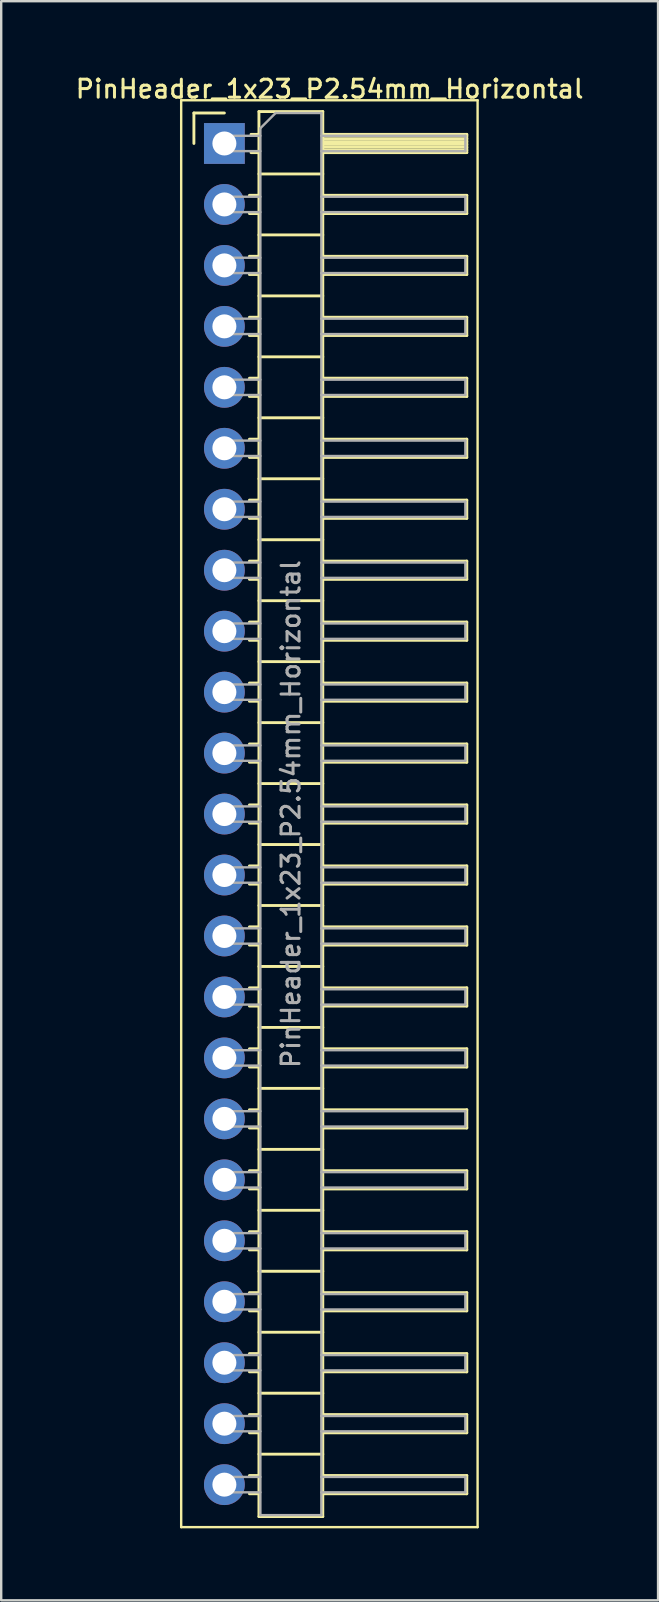
<source format=kicad_pcb>
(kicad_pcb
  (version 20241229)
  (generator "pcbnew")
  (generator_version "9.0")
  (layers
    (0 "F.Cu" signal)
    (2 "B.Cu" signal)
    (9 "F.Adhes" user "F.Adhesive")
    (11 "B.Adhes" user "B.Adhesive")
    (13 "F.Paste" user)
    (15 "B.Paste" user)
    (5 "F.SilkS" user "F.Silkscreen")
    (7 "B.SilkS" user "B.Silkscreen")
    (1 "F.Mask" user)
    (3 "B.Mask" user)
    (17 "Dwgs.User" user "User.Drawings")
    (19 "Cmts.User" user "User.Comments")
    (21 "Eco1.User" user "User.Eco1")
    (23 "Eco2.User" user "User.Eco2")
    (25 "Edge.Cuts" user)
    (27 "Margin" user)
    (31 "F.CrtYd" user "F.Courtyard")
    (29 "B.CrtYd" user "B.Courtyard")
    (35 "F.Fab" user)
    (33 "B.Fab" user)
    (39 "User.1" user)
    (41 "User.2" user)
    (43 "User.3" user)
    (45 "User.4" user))
  (footprint "PinHeader_1x23_P2.54mm_Horizontal"
    (layer "F.Cu")
    (at 6.299 2.928)
    (property "Reference" "PinHeader_1x23_P2.54mm_Horizontal" (at 4.385 -2.27 0) (layer "F.SilkS") (effects (font (size 0.75 0.75) (thickness 0.125))))
    (attr through_hole)
    (fp_line (start -1.8 -1.8) (end -1.8 57.65) (stroke (width 0.1) (type solid)) (layer "F.SilkS"))
    (fp_line (start -1.8 57.65) (end 10.55 57.65) (stroke (width 0.1) (type solid)) (layer "F.SilkS"))
    (fp_line (start -1.27 -1.27) (end 0 -1.27) (stroke (width 0.12) (type solid)) (layer "F.SilkS"))
    (fp_line (start -1.27 0) (end -1.27 -1.27) (stroke (width 0.12) (type solid)) (layer "F.SilkS"))
    (fp_line (start 1.043 2.16) (end 1.44 2.16) (stroke (width 0.12) (type solid)) (layer "F.SilkS"))
    (fp_line (start 1.043 2.92) (end 1.44 2.92) (stroke (width 0.12) (type solid)) (layer "F.SilkS"))
    (fp_line (start 1.043 4.7) (end 1.44 4.7) (stroke (width 0.12) (type solid)) (layer "F.SilkS"))
    (fp_line (start 1.043 5.46) (end 1.44 5.46) (stroke (width 0.12) (type solid)) (layer "F.SilkS"))
    (fp_line (start 1.043 7.24) (end 1.44 7.24) (stroke (width 0.12) (type solid)) (layer "F.SilkS"))
    (fp_line (start 1.043 8) (end 1.44 8) (stroke (width 0.12) (type solid)) (layer "F.SilkS"))
    (fp_line (start 1.043 9.78) (end 1.44 9.78) (stroke (width 0.12) (type solid)) (layer "F.SilkS"))
    (fp_line (start 1.043 10.54) (end 1.44 10.54) (stroke (width 0.12) (type solid)) (layer "F.SilkS"))
    (fp_line (start 1.043 12.32) (end 1.44 12.32) (stroke (width 0.12) (type solid)) (layer "F.SilkS"))
    (fp_line (start 1.043 13.08) (end 1.44 13.08) (stroke (width 0.12) (type solid)) (layer "F.SilkS"))
    (fp_line (start 1.043 14.86) (end 1.44 14.86) (stroke (width 0.12) (type solid)) (layer "F.SilkS"))
    (fp_line (start 1.043 15.62) (end 1.44 15.62) (stroke (width 0.12) (type solid)) (layer "F.SilkS"))
    (fp_line (start 1.043 17.4) (end 1.44 17.4) (stroke (width 0.12) (type solid)) (layer "F.SilkS"))
    (fp_line (start 1.043 18.16) (end 1.44 18.16) (stroke (width 0.12) (type solid)) (layer "F.SilkS"))
    (fp_line (start 1.043 19.94) (end 1.44 19.94) (stroke (width 0.12) (type solid)) (layer "F.SilkS"))
    (fp_line (start 1.043 20.7) (end 1.44 20.7) (stroke (width 0.12) (type solid)) (layer "F.SilkS"))
    (fp_line (start 1.043 22.48) (end 1.44 22.48) (stroke (width 0.12) (type solid)) (layer "F.SilkS"))
    (fp_line (start 1.043 23.24) (end 1.44 23.24) (stroke (width 0.12) (type solid)) (layer "F.SilkS"))
    (fp_line (start 1.043 25.02) (end 1.44 25.02) (stroke (width 0.12) (type solid)) (layer "F.SilkS"))
    (fp_line (start 1.043 25.78) (end 1.44 25.78) (stroke (width 0.12) (type solid)) (layer "F.SilkS"))
    (fp_line (start 1.043 27.56) (end 1.44 27.56) (stroke (width 0.12) (type solid)) (layer "F.SilkS"))
    (fp_line (start 1.043 28.32) (end 1.44 28.32) (stroke (width 0.12) (type solid)) (layer "F.SilkS"))
    (fp_line (start 1.043 30.1) (end 1.44 30.1) (stroke (width 0.12) (type solid)) (layer "F.SilkS"))
    (fp_line (start 1.043 30.86) (end 1.44 30.86) (stroke (width 0.12) (type solid)) (layer "F.SilkS"))
    (fp_line (start 1.043 32.64) (end 1.44 32.64) (stroke (width 0.12) (type solid)) (layer "F.SilkS"))
    (fp_line (start 1.043 33.4) (end 1.44 33.4) (stroke (width 0.12) (type solid)) (layer "F.SilkS"))
    (fp_line (start 1.043 35.18) (end 1.44 35.18) (stroke (width 0.12) (type solid)) (layer "F.SilkS"))
    (fp_line (start 1.043 35.94) (end 1.44 35.94) (stroke (width 0.12) (type solid)) (layer "F.SilkS"))
    (fp_line (start 1.043 37.72) (end 1.44 37.72) (stroke (width 0.12) (type solid)) (layer "F.SilkS"))
    (fp_line (start 1.043 38.48) (end 1.44 38.48) (stroke (width 0.12) (type solid)) (layer "F.SilkS"))
    (fp_line (start 1.043 40.26) (end 1.44 40.26) (stroke (width 0.12) (type solid)) (layer "F.SilkS"))
    (fp_line (start 1.043 41.02) (end 1.44 41.02) (stroke (width 0.12) (type solid)) (layer "F.SilkS"))
    (fp_line (start 1.043 42.8) (end 1.44 42.8) (stroke (width 0.12) (type solid)) (layer "F.SilkS"))
    (fp_line (start 1.043 43.56) (end 1.44 43.56) (stroke (width 0.12) (type solid)) (layer "F.SilkS"))
    (fp_line (start 1.043 45.34) (end 1.44 45.34) (stroke (width 0.12) (type solid)) (layer "F.SilkS"))
    (fp_line (start 1.043 46.1) (end 1.44 46.1) (stroke (width 0.12) (type solid)) (layer "F.SilkS"))
    (fp_line (start 1.043 47.88) (end 1.44 47.88) (stroke (width 0.12) (type solid)) (layer "F.SilkS"))
    (fp_line (start 1.043 48.64) (end 1.44 48.64) (stroke (width 0.12) (type solid)) (layer "F.SilkS"))
    (fp_line (start 1.043 50.42) (end 1.44 50.42) (stroke (width 0.12) (type solid)) (layer "F.SilkS"))
    (fp_line (start 1.043 51.18) (end 1.44 51.18) (stroke (width 0.12) (type solid)) (layer "F.SilkS"))
    (fp_line (start 1.043 52.96) (end 1.44 52.96) (stroke (width 0.12) (type solid)) (layer "F.SilkS"))
    (fp_line (start 1.043 53.72) (end 1.44 53.72) (stroke (width 0.12) (type solid)) (layer "F.SilkS"))
    (fp_line (start 1.043 55.5) (end 1.44 55.5) (stroke (width 0.12) (type solid)) (layer "F.SilkS"))
    (fp_line (start 1.043 56.26) (end 1.44 56.26) (stroke (width 0.12) (type solid)) (layer "F.SilkS"))
    (fp_line (start 1.11 -0.38) (end 1.44 -0.38) (stroke (width 0.12) (type solid)) (layer "F.SilkS"))
    (fp_line (start 1.11 0.38) (end 1.44 0.38) (stroke (width 0.12) (type solid)) (layer "F.SilkS"))
    (fp_line (start 1.44 -1.33) (end 1.44 57.21) (stroke (width 0.12) (type solid)) (layer "F.SilkS"))
    (fp_line (start 1.44 1.27) (end 4.1 1.27) (stroke (width 0.12) (type solid)) (layer "F.SilkS"))
    (fp_line (start 1.44 3.81) (end 4.1 3.81) (stroke (width 0.12) (type solid)) (layer "F.SilkS"))
    (fp_line (start 1.44 6.35) (end 4.1 6.35) (stroke (width 0.12) (type solid)) (layer "F.SilkS"))
    (fp_line (start 1.44 8.89) (end 4.1 8.89) (stroke (width 0.12) (type solid)) (layer "F.SilkS"))
    (fp_line (start 1.44 11.43) (end 4.1 11.43) (stroke (width 0.12) (type solid)) (layer "F.SilkS"))
    (fp_line (start 1.44 13.97) (end 4.1 13.97) (stroke (width 0.12) (type solid)) (layer "F.SilkS"))
    (fp_line (start 1.44 16.51) (end 4.1 16.51) (stroke (width 0.12) (type solid)) (layer "F.SilkS"))
    (fp_line (start 1.44 19.05) (end 4.1 19.05) (stroke (width 0.12) (type solid)) (layer "F.SilkS"))
    (fp_line (start 1.44 21.59) (end 4.1 21.59) (stroke (width 0.12) (type solid)) (layer "F.SilkS"))
    (fp_line (start 1.44 24.13) (end 4.1 24.13) (stroke (width 0.12) (type solid)) (layer "F.SilkS"))
    (fp_line (start 1.44 26.67) (end 4.1 26.67) (stroke (width 0.12) (type solid)) (layer "F.SilkS"))
    (fp_line (start 1.44 29.21) (end 4.1 29.21) (stroke (width 0.12) (type solid)) (layer "F.SilkS"))
    (fp_line (start 1.44 31.75) (end 4.1 31.75) (stroke (width 0.12) (type solid)) (layer "F.SilkS"))
    (fp_line (start 1.44 34.29) (end 4.1 34.29) (stroke (width 0.12) (type solid)) (layer "F.SilkS"))
    (fp_line (start 1.44 36.83) (end 4.1 36.83) (stroke (width 0.12) (type solid)) (layer "F.SilkS"))
    (fp_line (start 1.44 39.37) (end 4.1 39.37) (stroke (width 0.12) (type solid)) (layer "F.SilkS"))
    (fp_line (start 1.44 41.91) (end 4.1 41.91) (stroke (width 0.12) (type solid)) (layer "F.SilkS"))
    (fp_line (start 1.44 44.45) (end 4.1 44.45) (stroke (width 0.12) (type solid)) (layer "F.SilkS"))
    (fp_line (start 1.44 46.99) (end 4.1 46.99) (stroke (width 0.12) (type solid)) (layer "F.SilkS"))
    (fp_line (start 1.44 49.53) (end 4.1 49.53) (stroke (width 0.12) (type solid)) (layer "F.SilkS"))
    (fp_line (start 1.44 52.07) (end 4.1 52.07) (stroke (width 0.12) (type solid)) (layer "F.SilkS"))
    (fp_line (start 1.44 54.61) (end 4.1 54.61) (stroke (width 0.12) (type solid)) (layer "F.SilkS"))
    (fp_line (start 1.44 57.21) (end 4.1 57.21) (stroke (width 0.12) (type solid)) (layer "F.SilkS"))
    (fp_line (start 4.1 -1.33) (end 1.44 -1.33) (stroke (width 0.12) (type solid)) (layer "F.SilkS"))
    (fp_line (start 4.1 -0.38) (end 10.1 -0.38) (stroke (width 0.12) (type solid)) (layer "F.SilkS"))
    (fp_line (start 4.1 -0.32) (end 10.1 -0.32) (stroke (width 0.12) (type solid)) (layer "F.SilkS"))
    (fp_line (start 4.1 -0.2) (end 10.1 -0.2) (stroke (width 0.12) (type solid)) (layer "F.SilkS"))
    (fp_line (start 4.1 -0.08) (end 10.1 -0.08) (stroke (width 0.12) (type solid)) (layer "F.SilkS"))
    (fp_line (start 4.1 0.04) (end 10.1 0.04) (stroke (width 0.12) (type solid)) (layer "F.SilkS"))
    (fp_line (start 4.1 0.16) (end 10.1 0.16) (stroke (width 0.12) (type solid)) (layer "F.SilkS"))
    (fp_line (start 4.1 0.28) (end 10.1 0.28) (stroke (width 0.12) (type solid)) (layer "F.SilkS"))
    (fp_line (start 4.1 2.16) (end 10.1 2.16) (stroke (width 0.12) (type solid)) (layer "F.SilkS"))
    (fp_line (start 4.1 4.7) (end 10.1 4.7) (stroke (width 0.12) (type solid)) (layer "F.SilkS"))
    (fp_line (start 4.1 7.24) (end 10.1 7.24) (stroke (width 0.12) (type solid)) (layer "F.SilkS"))
    (fp_line (start 4.1 9.78) (end 10.1 9.78) (stroke (width 0.12) (type solid)) (layer "F.SilkS"))
    (fp_line (start 4.1 12.32) (end 10.1 12.32) (stroke (width 0.12) (type solid)) (layer "F.SilkS"))
    (fp_line (start 4.1 14.86) (end 10.1 14.86) (stroke (width 0.12) (type solid)) (layer "F.SilkS"))
    (fp_line (start 4.1 17.4) (end 10.1 17.4) (stroke (width 0.12) (type solid)) (layer "F.SilkS"))
    (fp_line (start 4.1 19.94) (end 10.1 19.94) (stroke (width 0.12) (type solid)) (layer "F.SilkS"))
    (fp_line (start 4.1 22.48) (end 10.1 22.48) (stroke (width 0.12) (type solid)) (layer "F.SilkS"))
    (fp_line (start 4.1 25.02) (end 10.1 25.02) (stroke (width 0.12) (type solid)) (layer "F.SilkS"))
    (fp_line (start 4.1 27.56) (end 10.1 27.56) (stroke (width 0.12) (type solid)) (layer "F.SilkS"))
    (fp_line (start 4.1 30.1) (end 10.1 30.1) (stroke (width 0.12) (type solid)) (layer "F.SilkS"))
    (fp_line (start 4.1 32.64) (end 10.1 32.64) (stroke (width 0.12) (type solid)) (layer "F.SilkS"))
    (fp_line (start 4.1 35.18) (end 10.1 35.18) (stroke (width 0.12) (type solid)) (layer "F.SilkS"))
    (fp_line (start 4.1 37.72) (end 10.1 37.72) (stroke (width 0.12) (type solid)) (layer "F.SilkS"))
    (fp_line (start 4.1 40.26) (end 10.1 40.26) (stroke (width 0.12) (type solid)) (layer "F.SilkS"))
    (fp_line (start 4.1 42.8) (end 10.1 42.8) (stroke (width 0.12) (type solid)) (layer "F.SilkS"))
    (fp_line (start 4.1 45.34) (end 10.1 45.34) (stroke (width 0.12) (type solid)) (layer "F.SilkS"))
    (fp_line (start 4.1 47.88) (end 10.1 47.88) (stroke (width 0.12) (type solid)) (layer "F.SilkS"))
    (fp_line (start 4.1 50.42) (end 10.1 50.42) (stroke (width 0.12) (type solid)) (layer "F.SilkS"))
    (fp_line (start 4.1 52.96) (end 10.1 52.96) (stroke (width 0.12) (type solid)) (layer "F.SilkS"))
    (fp_line (start 4.1 55.5) (end 10.1 55.5) (stroke (width 0.12) (type solid)) (layer "F.SilkS"))
    (fp_line (start 4.1 57.21) (end 4.1 -1.33) (stroke (width 0.12) (type solid)) (layer "F.SilkS"))
    (fp_line (start 10.1 -0.38) (end 10.1 0.38) (stroke (width 0.12) (type solid)) (layer "F.SilkS"))
    (fp_line (start 10.1 0.38) (end 4.1 0.38) (stroke (width 0.12) (type solid)) (layer "F.SilkS"))
    (fp_line (start 10.1 2.16) (end 10.1 2.92) (stroke (width 0.12) (type solid)) (layer "F.SilkS"))
    (fp_line (start 10.1 2.92) (end 4.1 2.92) (stroke (width 0.12) (type solid)) (layer "F.SilkS"))
    (fp_line (start 10.1 4.7) (end 10.1 5.46) (stroke (width 0.12) (type solid)) (layer "F.SilkS"))
    (fp_line (start 10.1 5.46) (end 4.1 5.46) (stroke (width 0.12) (type solid)) (layer "F.SilkS"))
    (fp_line (start 10.1 7.24) (end 10.1 8) (stroke (width 0.12) (type solid)) (layer "F.SilkS"))
    (fp_line (start 10.1 8) (end 4.1 8) (stroke (width 0.12) (type solid)) (layer "F.SilkS"))
    (fp_line (start 10.1 9.78) (end 10.1 10.54) (stroke (width 0.12) (type solid)) (layer "F.SilkS"))
    (fp_line (start 10.1 10.54) (end 4.1 10.54) (stroke (width 0.12) (type solid)) (layer "F.SilkS"))
    (fp_line (start 10.1 12.32) (end 10.1 13.08) (stroke (width 0.12) (type solid)) (layer "F.SilkS"))
    (fp_line (start 10.1 13.08) (end 4.1 13.08) (stroke (width 0.12) (type solid)) (layer "F.SilkS"))
    (fp_line (start 10.1 14.86) (end 10.1 15.62) (stroke (width 0.12) (type solid)) (layer "F.SilkS"))
    (fp_line (start 10.1 15.62) (end 4.1 15.62) (stroke (width 0.12) (type solid)) (layer "F.SilkS"))
    (fp_line (start 10.1 17.4) (end 10.1 18.16) (stroke (width 0.12) (type solid)) (layer "F.SilkS"))
    (fp_line (start 10.1 18.16) (end 4.1 18.16) (stroke (width 0.12) (type solid)) (layer "F.SilkS"))
    (fp_line (start 10.1 19.94) (end 10.1 20.7) (stroke (width 0.12) (type solid)) (layer "F.SilkS"))
    (fp_line (start 10.1 20.7) (end 4.1 20.7) (stroke (width 0.12) (type solid)) (layer "F.SilkS"))
    (fp_line (start 10.1 22.48) (end 10.1 23.24) (stroke (width 0.12) (type solid)) (layer "F.SilkS"))
    (fp_line (start 10.1 23.24) (end 4.1 23.24) (stroke (width 0.12) (type solid)) (layer "F.SilkS"))
    (fp_line (start 10.1 25.02) (end 10.1 25.78) (stroke (width 0.12) (type solid)) (layer "F.SilkS"))
    (fp_line (start 10.1 25.78) (end 4.1 25.78) (stroke (width 0.12) (type solid)) (layer "F.SilkS"))
    (fp_line (start 10.1 27.56) (end 10.1 28.32) (stroke (width 0.12) (type solid)) (layer "F.SilkS"))
    (fp_line (start 10.1 28.32) (end 4.1 28.32) (stroke (width 0.12) (type solid)) (layer "F.SilkS"))
    (fp_line (start 10.1 30.1) (end 10.1 30.86) (stroke (width 0.12) (type solid)) (layer "F.SilkS"))
    (fp_line (start 10.1 30.86) (end 4.1 30.86) (stroke (width 0.12) (type solid)) (layer "F.SilkS"))
    (fp_line (start 10.1 32.64) (end 10.1 33.4) (stroke (width 0.12) (type solid)) (layer "F.SilkS"))
    (fp_line (start 10.1 33.4) (end 4.1 33.4) (stroke (width 0.12) (type solid)) (layer "F.SilkS"))
    (fp_line (start 10.1 35.18) (end 10.1 35.94) (stroke (width 0.12) (type solid)) (layer "F.SilkS"))
    (fp_line (start 10.1 35.94) (end 4.1 35.94) (stroke (width 0.12) (type solid)) (layer "F.SilkS"))
    (fp_line (start 10.1 37.72) (end 10.1 38.48) (stroke (width 0.12) (type solid)) (layer "F.SilkS"))
    (fp_line (start 10.1 38.48) (end 4.1 38.48) (stroke (width 0.12) (type solid)) (layer "F.SilkS"))
    (fp_line (start 10.1 40.26) (end 10.1 41.02) (stroke (width 0.12) (type solid)) (layer "F.SilkS"))
    (fp_line (start 10.1 41.02) (end 4.1 41.02) (stroke (width 0.12) (type solid)) (layer "F.SilkS"))
    (fp_line (start 10.1 42.8) (end 10.1 43.56) (stroke (width 0.12) (type solid)) (layer "F.SilkS"))
    (fp_line (start 10.1 43.56) (end 4.1 43.56) (stroke (width 0.12) (type solid)) (layer "F.SilkS"))
    (fp_line (start 10.1 45.34) (end 10.1 46.1) (stroke (width 0.12) (type solid)) (layer "F.SilkS"))
    (fp_line (start 10.1 46.1) (end 4.1 46.1) (stroke (width 0.12) (type solid)) (layer "F.SilkS"))
    (fp_line (start 10.1 47.88) (end 10.1 48.64) (stroke (width 0.12) (type solid)) (layer "F.SilkS"))
    (fp_line (start 10.1 48.64) (end 4.1 48.64) (stroke (width 0.12) (type solid)) (layer "F.SilkS"))
    (fp_line (start 10.1 50.42) (end 10.1 51.18) (stroke (width 0.12) (type solid)) (layer "F.SilkS"))
    (fp_line (start 10.1 51.18) (end 4.1 51.18) (stroke (width 0.12) (type solid)) (layer "F.SilkS"))
    (fp_line (start 10.1 52.96) (end 10.1 53.72) (stroke (width 0.12) (type solid)) (layer "F.SilkS"))
    (fp_line (start 10.1 53.72) (end 4.1 53.72) (stroke (width 0.12) (type solid)) (layer "F.SilkS"))
    (fp_line (start 10.1 55.5) (end 10.1 56.26) (stroke (width 0.12) (type solid)) (layer "F.SilkS"))
    (fp_line (start 10.1 56.26) (end 4.1 56.26) (stroke (width 0.12) (type solid)) (layer "F.SilkS"))
    (fp_line (start 10.55 -1.8) (end -1.8 -1.8) (stroke (width 0.1) (type solid)) (layer "F.SilkS"))
    (fp_line (start 10.55 57.65) (end 10.55 -1.8) (stroke (width 0.1) (type solid)) (layer "F.SilkS"))
    (fp_line (start -0.32 -0.32) (end -0.32 0.32) (stroke (width 0.1) (type solid)) (layer "F.Fab"))
    (fp_line (start -0.32 -0.32) (end 1.5 -0.32) (stroke (width 0.1) (type solid)) (layer "F.Fab"))
    (fp_line (start -0.32 0.32) (end 1.5 0.32) (stroke (width 0.1) (type solid)) (layer "F.Fab"))
    (fp_line (start -0.32 2.22) (end -0.32 2.86) (stroke (width 0.1) (type solid)) (layer "F.Fab"))
    (fp_line (start -0.32 2.22) (end 1.5 2.22) (stroke (width 0.1) (type solid)) (layer "F.Fab"))
    (fp_line (start -0.32 2.86) (end 1.5 2.86) (stroke (width 0.1) (type solid)) (layer "F.Fab"))
    (fp_line (start -0.32 4.76) (end -0.32 5.4) (stroke (width 0.1) (type solid)) (layer "F.Fab"))
    (fp_line (start -0.32 4.76) (end 1.5 4.76) (stroke (width 0.1) (type solid)) (layer "F.Fab"))
    (fp_line (start -0.32 5.4) (end 1.5 5.4) (stroke (width 0.1) (type solid)) (layer "F.Fab"))
    (fp_line (start -0.32 7.3) (end -0.32 7.94) (stroke (width 0.1) (type solid)) (layer "F.Fab"))
    (fp_line (start -0.32 7.3) (end 1.5 7.3) (stroke (width 0.1) (type solid)) (layer "F.Fab"))
    (fp_line (start -0.32 7.94) (end 1.5 7.94) (stroke (width 0.1) (type solid)) (layer "F.Fab"))
    (fp_line (start -0.32 9.84) (end -0.32 10.48) (stroke (width 0.1) (type solid)) (layer "F.Fab"))
    (fp_line (start -0.32 9.84) (end 1.5 9.84) (stroke (width 0.1) (type solid)) (layer "F.Fab"))
    (fp_line (start -0.32 10.48) (end 1.5 10.48) (stroke (width 0.1) (type solid)) (layer "F.Fab"))
    (fp_line (start -0.32 12.38) (end -0.32 13.02) (stroke (width 0.1) (type solid)) (layer "F.Fab"))
    (fp_line (start -0.32 12.38) (end 1.5 12.38) (stroke (width 0.1) (type solid)) (layer "F.Fab"))
    (fp_line (start -0.32 13.02) (end 1.5 13.02) (stroke (width 0.1) (type solid)) (layer "F.Fab"))
    (fp_line (start -0.32 14.92) (end -0.32 15.56) (stroke (width 0.1) (type solid)) (layer "F.Fab"))
    (fp_line (start -0.32 14.92) (end 1.5 14.92) (stroke (width 0.1) (type solid)) (layer "F.Fab"))
    (fp_line (start -0.32 15.56) (end 1.5 15.56) (stroke (width 0.1) (type solid)) (layer "F.Fab"))
    (fp_line (start -0.32 17.46) (end -0.32 18.1) (stroke (width 0.1) (type solid)) (layer "F.Fab"))
    (fp_line (start -0.32 17.46) (end 1.5 17.46) (stroke (width 0.1) (type solid)) (layer "F.Fab"))
    (fp_line (start -0.32 18.1) (end 1.5 18.1) (stroke (width 0.1) (type solid)) (layer "F.Fab"))
    (fp_line (start -0.32 20) (end -0.32 20.64) (stroke (width 0.1) (type solid)) (layer "F.Fab"))
    (fp_line (start -0.32 20) (end 1.5 20) (stroke (width 0.1) (type solid)) (layer "F.Fab"))
    (fp_line (start -0.32 20.64) (end 1.5 20.64) (stroke (width 0.1) (type solid)) (layer "F.Fab"))
    (fp_line (start -0.32 22.54) (end -0.32 23.18) (stroke (width 0.1) (type solid)) (layer "F.Fab"))
    (fp_line (start -0.32 22.54) (end 1.5 22.54) (stroke (width 0.1) (type solid)) (layer "F.Fab"))
    (fp_line (start -0.32 23.18) (end 1.5 23.18) (stroke (width 0.1) (type solid)) (layer "F.Fab"))
    (fp_line (start -0.32 25.08) (end -0.32 25.72) (stroke (width 0.1) (type solid)) (layer "F.Fab"))
    (fp_line (start -0.32 25.08) (end 1.5 25.08) (stroke (width 0.1) (type solid)) (layer "F.Fab"))
    (fp_line (start -0.32 25.72) (end 1.5 25.72) (stroke (width 0.1) (type solid)) (layer "F.Fab"))
    (fp_line (start -0.32 27.62) (end -0.32 28.26) (stroke (width 0.1) (type solid)) (layer "F.Fab"))
    (fp_line (start -0.32 27.62) (end 1.5 27.62) (stroke (width 0.1) (type solid)) (layer "F.Fab"))
    (fp_line (start -0.32 28.26) (end 1.5 28.26) (stroke (width 0.1) (type solid)) (layer "F.Fab"))
    (fp_line (start -0.32 30.16) (end -0.32 30.8) (stroke (width 0.1) (type solid)) (layer "F.Fab"))
    (fp_line (start -0.32 30.16) (end 1.5 30.16) (stroke (width 0.1) (type solid)) (layer "F.Fab"))
    (fp_line (start -0.32 30.8) (end 1.5 30.8) (stroke (width 0.1) (type solid)) (layer "F.Fab"))
    (fp_line (start -0.32 32.7) (end -0.32 33.34) (stroke (width 0.1) (type solid)) (layer "F.Fab"))
    (fp_line (start -0.32 32.7) (end 1.5 32.7) (stroke (width 0.1) (type solid)) (layer "F.Fab"))
    (fp_line (start -0.32 33.34) (end 1.5 33.34) (stroke (width 0.1) (type solid)) (layer "F.Fab"))
    (fp_line (start -0.32 35.24) (end -0.32 35.88) (stroke (width 0.1) (type solid)) (layer "F.Fab"))
    (fp_line (start -0.32 35.24) (end 1.5 35.24) (stroke (width 0.1) (type solid)) (layer "F.Fab"))
    (fp_line (start -0.32 35.88) (end 1.5 35.88) (stroke (width 0.1) (type solid)) (layer "F.Fab"))
    (fp_line (start -0.32 37.78) (end -0.32 38.42) (stroke (width 0.1) (type solid)) (layer "F.Fab"))
    (fp_line (start -0.32 37.78) (end 1.5 37.78) (stroke (width 0.1) (type solid)) (layer "F.Fab"))
    (fp_line (start -0.32 38.42) (end 1.5 38.42) (stroke (width 0.1) (type solid)) (layer "F.Fab"))
    (fp_line (start -0.32 40.32) (end -0.32 40.96) (stroke (width 0.1) (type solid)) (layer "F.Fab"))
    (fp_line (start -0.32 40.32) (end 1.5 40.32) (stroke (width 0.1) (type solid)) (layer "F.Fab"))
    (fp_line (start -0.32 40.96) (end 1.5 40.96) (stroke (width 0.1) (type solid)) (layer "F.Fab"))
    (fp_line (start -0.32 42.86) (end -0.32 43.5) (stroke (width 0.1) (type solid)) (layer "F.Fab"))
    (fp_line (start -0.32 42.86) (end 1.5 42.86) (stroke (width 0.1) (type solid)) (layer "F.Fab"))
    (fp_line (start -0.32 43.5) (end 1.5 43.5) (stroke (width 0.1) (type solid)) (layer "F.Fab"))
    (fp_line (start -0.32 45.4) (end -0.32 46.04) (stroke (width 0.1) (type solid)) (layer "F.Fab"))
    (fp_line (start -0.32 45.4) (end 1.5 45.4) (stroke (width 0.1) (type solid)) (layer "F.Fab"))
    (fp_line (start -0.32 46.04) (end 1.5 46.04) (stroke (width 0.1) (type solid)) (layer "F.Fab"))
    (fp_line (start -0.32 47.94) (end -0.32 48.58) (stroke (width 0.1) (type solid)) (layer "F.Fab"))
    (fp_line (start -0.32 47.94) (end 1.5 47.94) (stroke (width 0.1) (type solid)) (layer "F.Fab"))
    (fp_line (start -0.32 48.58) (end 1.5 48.58) (stroke (width 0.1) (type solid)) (layer "F.Fab"))
    (fp_line (start -0.32 50.48) (end -0.32 51.12) (stroke (width 0.1) (type solid)) (layer "F.Fab"))
    (fp_line (start -0.32 50.48) (end 1.5 50.48) (stroke (width 0.1) (type solid)) (layer "F.Fab"))
    (fp_line (start -0.32 51.12) (end 1.5 51.12) (stroke (width 0.1) (type solid)) (layer "F.Fab"))
    (fp_line (start -0.32 53.02) (end -0.32 53.66) (stroke (width 0.1) (type solid)) (layer "F.Fab"))
    (fp_line (start -0.32 53.02) (end 1.5 53.02) (stroke (width 0.1) (type solid)) (layer "F.Fab"))
    (fp_line (start -0.32 53.66) (end 1.5 53.66) (stroke (width 0.1) (type solid)) (layer "F.Fab"))
    (fp_line (start -0.32 55.56) (end -0.32 56.2) (stroke (width 0.1) (type solid)) (layer "F.Fab"))
    (fp_line (start -0.32 55.56) (end 1.5 55.56) (stroke (width 0.1) (type solid)) (layer "F.Fab"))
    (fp_line (start -0.32 56.2) (end 1.5 56.2) (stroke (width 0.1) (type solid)) (layer "F.Fab"))
    (fp_line (start 1.5 -0.635) (end 2.135 -1.27) (stroke (width 0.1) (type solid)) (layer "F.Fab"))
    (fp_line (start 1.5 57.15) (end 1.5 -0.635) (stroke (width 0.1) (type solid)) (layer "F.Fab"))
    (fp_line (start 2.135 -1.27) (end 4.04 -1.27) (stroke (width 0.1) (type solid)) (layer "F.Fab"))
    (fp_line (start 4.04 -1.27) (end 4.04 57.15) (stroke (width 0.1) (type solid)) (layer "F.Fab"))
    (fp_line (start 4.04 -0.32) (end 10.04 -0.32) (stroke (width 0.1) (type solid)) (layer "F.Fab"))
    (fp_line (start 4.04 0.32) (end 10.04 0.32) (stroke (width 0.1) (type solid)) (layer "F.Fab"))
    (fp_line (start 4.04 2.22) (end 10.04 2.22) (stroke (width 0.1) (type solid)) (layer "F.Fab"))
    (fp_line (start 4.04 2.86) (end 10.04 2.86) (stroke (width 0.1) (type solid)) (layer "F.Fab"))
    (fp_line (start 4.04 4.76) (end 10.04 4.76) (stroke (width 0.1) (type solid)) (layer "F.Fab"))
    (fp_line (start 4.04 5.4) (end 10.04 5.4) (stroke (width 0.1) (type solid)) (layer "F.Fab"))
    (fp_line (start 4.04 7.3) (end 10.04 7.3) (stroke (width 0.1) (type solid)) (layer "F.Fab"))
    (fp_line (start 4.04 7.94) (end 10.04 7.94) (stroke (width 0.1) (type solid)) (layer "F.Fab"))
    (fp_line (start 4.04 9.84) (end 10.04 9.84) (stroke (width 0.1) (type solid)) (layer "F.Fab"))
    (fp_line (start 4.04 10.48) (end 10.04 10.48) (stroke (width 0.1) (type solid)) (layer "F.Fab"))
    (fp_line (start 4.04 12.38) (end 10.04 12.38) (stroke (width 0.1) (type solid)) (layer "F.Fab"))
    (fp_line (start 4.04 13.02) (end 10.04 13.02) (stroke (width 0.1) (type solid)) (layer "F.Fab"))
    (fp_line (start 4.04 14.92) (end 10.04 14.92) (stroke (width 0.1) (type solid)) (layer "F.Fab"))
    (fp_line (start 4.04 15.56) (end 10.04 15.56) (stroke (width 0.1) (type solid)) (layer "F.Fab"))
    (fp_line (start 4.04 17.46) (end 10.04 17.46) (stroke (width 0.1) (type solid)) (layer "F.Fab"))
    (fp_line (start 4.04 18.1) (end 10.04 18.1) (stroke (width 0.1) (type solid)) (layer "F.Fab"))
    (fp_line (start 4.04 20) (end 10.04 20) (stroke (width 0.1) (type solid)) (layer "F.Fab"))
    (fp_line (start 4.04 20.64) (end 10.04 20.64) (stroke (width 0.1) (type solid)) (layer "F.Fab"))
    (fp_line (start 4.04 22.54) (end 10.04 22.54) (stroke (width 0.1) (type solid)) (layer "F.Fab"))
    (fp_line (start 4.04 23.18) (end 10.04 23.18) (stroke (width 0.1) (type solid)) (layer "F.Fab"))
    (fp_line (start 4.04 25.08) (end 10.04 25.08) (stroke (width 0.1) (type solid)) (layer "F.Fab"))
    (fp_line (start 4.04 25.72) (end 10.04 25.72) (stroke (width 0.1) (type solid)) (layer "F.Fab"))
    (fp_line (start 4.04 27.62) (end 10.04 27.62) (stroke (width 0.1) (type solid)) (layer "F.Fab"))
    (fp_line (start 4.04 28.26) (end 10.04 28.26) (stroke (width 0.1) (type solid)) (layer "F.Fab"))
    (fp_line (start 4.04 30.16) (end 10.04 30.16) (stroke (width 0.1) (type solid)) (layer "F.Fab"))
    (fp_line (start 4.04 30.8) (end 10.04 30.8) (stroke (width 0.1) (type solid)) (layer "F.Fab"))
    (fp_line (start 4.04 32.7) (end 10.04 32.7) (stroke (width 0.1) (type solid)) (layer "F.Fab"))
    (fp_line (start 4.04 33.34) (end 10.04 33.34) (stroke (width 0.1) (type solid)) (layer "F.Fab"))
    (fp_line (start 4.04 35.24) (end 10.04 35.24) (stroke (width 0.1) (type solid)) (layer "F.Fab"))
    (fp_line (start 4.04 35.88) (end 10.04 35.88) (stroke (width 0.1) (type solid)) (layer "F.Fab"))
    (fp_line (start 4.04 37.78) (end 10.04 37.78) (stroke (width 0.1) (type solid)) (layer "F.Fab"))
    (fp_line (start 4.04 38.42) (end 10.04 38.42) (stroke (width 0.1) (type solid)) (layer "F.Fab"))
    (fp_line (start 4.04 40.32) (end 10.04 40.32) (stroke (width 0.1) (type solid)) (layer "F.Fab"))
    (fp_line (start 4.04 40.96) (end 10.04 40.96) (stroke (width 0.1) (type solid)) (layer "F.Fab"))
    (fp_line (start 4.04 42.86) (end 10.04 42.86) (stroke (width 0.1) (type solid)) (layer "F.Fab"))
    (fp_line (start 4.04 43.5) (end 10.04 43.5) (stroke (width 0.1) (type solid)) (layer "F.Fab"))
    (fp_line (start 4.04 45.4) (end 10.04 45.4) (stroke (width 0.1) (type solid)) (layer "F.Fab"))
    (fp_line (start 4.04 46.04) (end 10.04 46.04) (stroke (width 0.1) (type solid)) (layer "F.Fab"))
    (fp_line (start 4.04 47.94) (end 10.04 47.94) (stroke (width 0.1) (type solid)) (layer "F.Fab"))
    (fp_line (start 4.04 48.58) (end 10.04 48.58) (stroke (width 0.1) (type solid)) (layer "F.Fab"))
    (fp_line (start 4.04 50.48) (end 10.04 50.48) (stroke (width 0.1) (type solid)) (layer "F.Fab"))
    (fp_line (start 4.04 51.12) (end 10.04 51.12) (stroke (width 0.1) (type solid)) (layer "F.Fab"))
    (fp_line (start 4.04 53.02) (end 10.04 53.02) (stroke (width 0.1) (type solid)) (layer "F.Fab"))
    (fp_line (start 4.04 53.66) (end 10.04 53.66) (stroke (width 0.1) (type solid)) (layer "F.Fab"))
    (fp_line (start 4.04 55.56) (end 10.04 55.56) (stroke (width 0.1) (type solid)) (layer "F.Fab"))
    (fp_line (start 4.04 56.2) (end 10.04 56.2) (stroke (width 0.1) (type solid)) (layer "F.Fab"))
    (fp_line (start 4.04 57.15) (end 1.5 57.15) (stroke (width 0.1) (type solid)) (layer "F.Fab"))
    (fp_line (start 10.04 -0.32) (end 10.04 0.32) (stroke (width 0.1) (type solid)) (layer "F.Fab"))
    (fp_line (start 10.04 2.22) (end 10.04 2.86) (stroke (width 0.1) (type solid)) (layer "F.Fab"))
    (fp_line (start 10.04 4.76) (end 10.04 5.4) (stroke (width 0.1) (type solid)) (layer "F.Fab"))
    (fp_line (start 10.04 7.3) (end 10.04 7.94) (stroke (width 0.1) (type solid)) (layer "F.Fab"))
    (fp_line (start 10.04 9.84) (end 10.04 10.48) (stroke (width 0.1) (type solid)) (layer "F.Fab"))
    (fp_line (start 10.04 12.38) (end 10.04 13.02) (stroke (width 0.1) (type solid)) (layer "F.Fab"))
    (fp_line (start 10.04 14.92) (end 10.04 15.56) (stroke (width 0.1) (type solid)) (layer "F.Fab"))
    (fp_line (start 10.04 17.46) (end 10.04 18.1) (stroke (width 0.1) (type solid)) (layer "F.Fab"))
    (fp_line (start 10.04 20) (end 10.04 20.64) (stroke (width 0.1) (type solid)) (layer "F.Fab"))
    (fp_line (start 10.04 22.54) (end 10.04 23.18) (stroke (width 0.1) (type solid)) (layer "F.Fab"))
    (fp_line (start 10.04 25.08) (end 10.04 25.72) (stroke (width 0.1) (type solid)) (layer "F.Fab"))
    (fp_line (start 10.04 27.62) (end 10.04 28.26) (stroke (width 0.1) (type solid)) (layer "F.Fab"))
    (fp_line (start 10.04 30.16) (end 10.04 30.8) (stroke (width 0.1) (type solid)) (layer "F.Fab"))
    (fp_line (start 10.04 32.7) (end 10.04 33.34) (stroke (width 0.1) (type solid)) (layer "F.Fab"))
    (fp_line (start 10.04 35.24) (end 10.04 35.88) (stroke (width 0.1) (type solid)) (layer "F.Fab"))
    (fp_line (start 10.04 37.78) (end 10.04 38.42) (stroke (width 0.1) (type solid)) (layer "F.Fab"))
    (fp_line (start 10.04 40.32) (end 10.04 40.96) (stroke (width 0.1) (type solid)) (layer "F.Fab"))
    (fp_line (start 10.04 42.86) (end 10.04 43.5) (stroke (width 0.1) (type solid)) (layer "F.Fab"))
    (fp_line (start 10.04 45.4) (end 10.04 46.04) (stroke (width 0.1) (type solid)) (layer "F.Fab"))
    (fp_line (start 10.04 47.94) (end 10.04 48.58) (stroke (width 0.1) (type solid)) (layer "F.Fab"))
    (fp_line (start 10.04 50.48) (end 10.04 51.12) (stroke (width 0.1) (type solid)) (layer "F.Fab"))
    (fp_line (start 10.04 53.02) (end 10.04 53.66) (stroke (width 0.1) (type solid)) (layer "F.Fab"))
    (fp_line (start 10.04 55.56) (end 10.04 56.2) (stroke (width 0.1) (type solid)) (layer "F.Fab"))
    (fp_text user "${REFERENCE}" (at 2.77 27.94 90) (layer "F.Fab") (effects (font (size 0.75 0.75) (thickness 0.125))))
    (pad "1" thru_hole rect (at 0 0) (size 1.7 1.7) (drill 1) (layers "*.Cu" "*.Mask"))
    (pad "2" thru_hole oval (at 0 2.54) (size 1.7 1.7) (drill 1) (layers "*.Cu" "*.Mask"))
    (pad "3" thru_hole oval (at 0 5.08) (size 1.7 1.7) (drill 1) (layers "*.Cu" "*.Mask"))
    (pad "4" thru_hole oval (at 0 7.62) (size 1.7 1.7) (drill 1) (layers "*.Cu" "*.Mask"))
    (pad "5" thru_hole oval (at 0 10.16) (size 1.7 1.7) (drill 1) (layers "*.Cu" "*.Mask"))
    (pad "6" thru_hole oval (at 0 12.7) (size 1.7 1.7) (drill 1) (layers "*.Cu" "*.Mask"))
    (pad "7" thru_hole oval (at 0 15.24) (size 1.7 1.7) (drill 1) (layers "*.Cu" "*.Mask"))
    (pad "8" thru_hole oval (at 0 17.78) (size 1.7 1.7) (drill 1) (layers "*.Cu" "*.Mask"))
    (pad "9" thru_hole oval (at 0 20.32) (size 1.7 1.7) (drill 1) (layers "*.Cu" "*.Mask"))
    (pad "10" thru_hole oval (at 0 22.86) (size 1.7 1.7) (drill 1) (layers "*.Cu" "*.Mask"))
    (pad "11" thru_hole oval (at 0 25.4) (size 1.7 1.7) (drill 1) (layers "*.Cu" "*.Mask"))
    (pad "12" thru_hole oval (at 0 27.94) (size 1.7 1.7) (drill 1) (layers "*.Cu" "*.Mask"))
    (pad "13" thru_hole oval (at 0 30.48) (size 1.7 1.7) (drill 1) (layers "*.Cu" "*.Mask"))
    (pad "14" thru_hole oval (at 0 33.02) (size 1.7 1.7) (drill 1) (layers "*.Cu" "*.Mask"))
    (pad "15" thru_hole oval (at 0 35.56) (size 1.7 1.7) (drill 1) (layers "*.Cu" "*.Mask"))
    (pad "16" thru_hole oval (at 0 38.1) (size 1.7 1.7) (drill 1) (layers "*.Cu" "*.Mask"))
    (pad "17" thru_hole oval (at 0 40.64) (size 1.7 1.7) (drill 1) (layers "*.Cu" "*.Mask"))
    (pad "18" thru_hole oval (at 0 43.18) (size 1.7 1.7) (drill 1) (layers "*.Cu" "*.Mask"))
    (pad "19" thru_hole oval (at 0 45.72) (size 1.7 1.7) (drill 1) (layers "*.Cu" "*.Mask"))
    (pad "20" thru_hole oval (at 0 48.26) (size 1.7 1.7) (drill 1) (layers "*.Cu" "*.Mask"))
    (pad "21" thru_hole oval (at 0 50.8) (size 1.7 1.7) (drill 1) (layers "*.Cu" "*.Mask"))
    (pad "22" thru_hole oval (at 0 53.34) (size 1.7 1.7) (drill 1) (layers "*.Cu" "*.Mask"))
    (pad "23" thru_hole oval (at 0 55.88) (size 1.7 1.7) (drill 1) (layers "*.Cu" "*.Mask")))
  (gr_rect
    (start -3 -3)
    (end 24.368 63.628)
    (stroke (width 0.1) (type default))
    (fill no)
    (layer "Edge.Cuts")))
</source>
